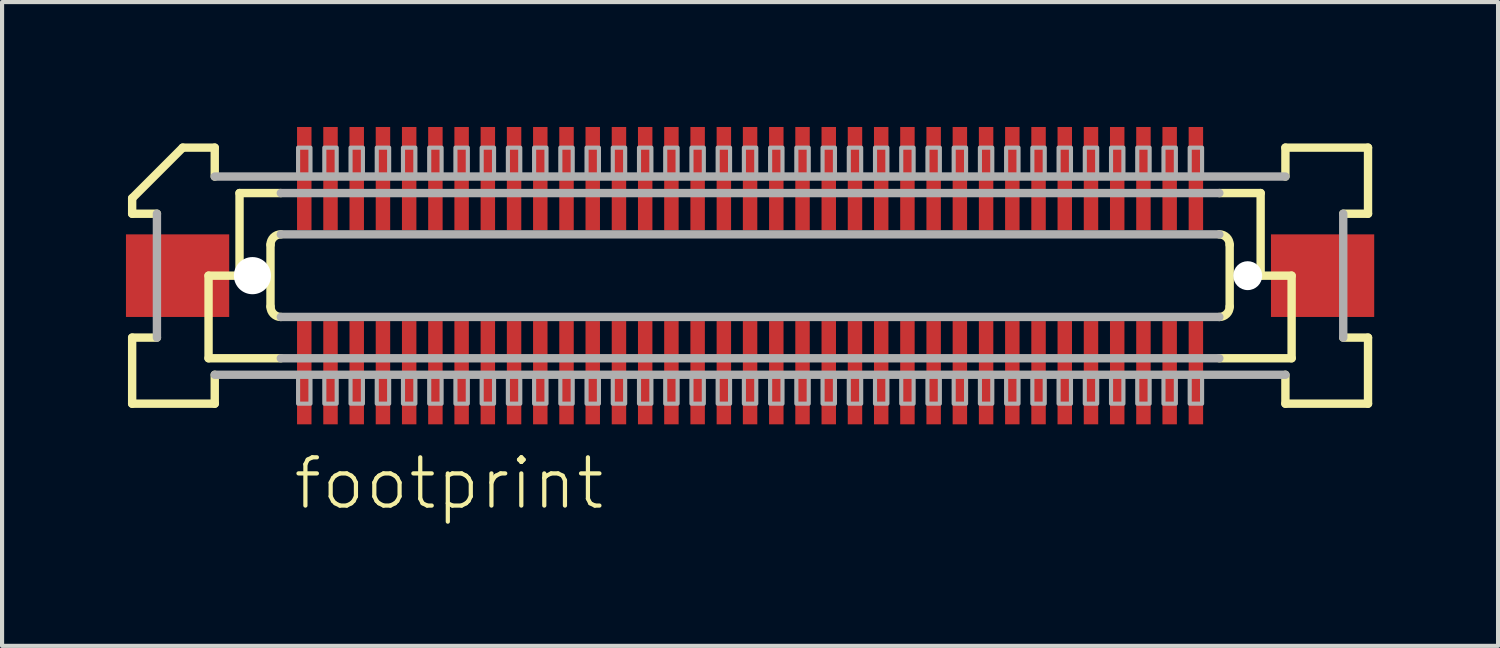
<source format=kicad_pcb>
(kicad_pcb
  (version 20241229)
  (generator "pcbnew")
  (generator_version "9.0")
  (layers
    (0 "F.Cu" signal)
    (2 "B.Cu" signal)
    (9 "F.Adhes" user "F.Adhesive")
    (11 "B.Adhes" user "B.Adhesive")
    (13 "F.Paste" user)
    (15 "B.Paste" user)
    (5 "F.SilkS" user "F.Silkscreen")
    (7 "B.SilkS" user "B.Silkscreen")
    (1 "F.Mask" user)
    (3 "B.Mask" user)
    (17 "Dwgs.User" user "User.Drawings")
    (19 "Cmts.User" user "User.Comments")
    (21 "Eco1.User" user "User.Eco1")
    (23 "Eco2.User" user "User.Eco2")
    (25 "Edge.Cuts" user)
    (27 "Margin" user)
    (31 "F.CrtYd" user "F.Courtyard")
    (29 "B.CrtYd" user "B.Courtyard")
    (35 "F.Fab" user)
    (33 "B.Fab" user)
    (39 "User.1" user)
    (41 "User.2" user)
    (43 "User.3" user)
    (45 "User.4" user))
  (footprint "footprint"
    (layer "F.Cu")
    (at 15.113 3.625)
    (property "Reference" "footprint" (at -11.113 5.715 0) (layer "F.SilkS") (effects (font (size 1.168 1.168) (thickness 0.102)) (justify left bottom)))
    (fp_poly (pts (xy -10.995 -1.075) (xy -10.595 -1.075) (xy -10.595 -3.625) (xy -10.995 -3.625)) (stroke (width 0) (type solid)) (fill yes) (layer "F.Mask"))
    (fp_poly (pts (xy -10.595 1.075) (xy -10.995 1.075) (xy -10.995 3.625) (xy -10.595 3.625)) (stroke (width 0) (type solid)) (fill yes) (layer "F.Mask"))
    (fp_poly (pts (xy -10.36 -1.075) (xy -9.96 -1.075) (xy -9.96 -3.625) (xy -10.36 -3.625)) (stroke (width 0) (type solid)) (fill yes) (layer "F.Mask"))
    (fp_poly (pts (xy -9.96 1.075) (xy -10.36 1.075) (xy -10.36 3.625) (xy -9.96 3.625)) (stroke (width 0) (type solid)) (fill yes) (layer "F.Mask"))
    (fp_poly (pts (xy -9.725 -1.075) (xy -9.325 -1.075) (xy -9.325 -3.625) (xy -9.725 -3.625)) (stroke (width 0) (type solid)) (fill yes) (layer "F.Mask"))
    (fp_poly (pts (xy -9.325 1.075) (xy -9.725 1.075) (xy -9.725 3.625) (xy -9.325 3.625)) (stroke (width 0) (type solid)) (fill yes) (layer "F.Mask"))
    (fp_poly (pts (xy -9.09 -1.075) (xy -8.69 -1.075) (xy -8.69 -3.625) (xy -9.09 -3.625)) (stroke (width 0) (type solid)) (fill yes) (layer "F.Mask"))
    (fp_poly (pts (xy -8.69 1.075) (xy -9.09 1.075) (xy -9.09 3.625) (xy -8.69 3.625)) (stroke (width 0) (type solid)) (fill yes) (layer "F.Mask"))
    (fp_poly (pts (xy -8.455 -1.075) (xy -8.055 -1.075) (xy -8.055 -3.625) (xy -8.455 -3.625)) (stroke (width 0) (type solid)) (fill yes) (layer "F.Mask"))
    (fp_poly (pts (xy -8.055 1.075) (xy -8.455 1.075) (xy -8.455 3.625) (xy -8.055 3.625)) (stroke (width 0) (type solid)) (fill yes) (layer "F.Mask"))
    (fp_poly (pts (xy -7.82 -1.075) (xy -7.42 -1.075) (xy -7.42 -3.625) (xy -7.82 -3.625)) (stroke (width 0) (type solid)) (fill yes) (layer "F.Mask"))
    (fp_poly (pts (xy -7.42 1.075) (xy -7.82 1.075) (xy -7.82 3.625) (xy -7.42 3.625)) (stroke (width 0) (type solid)) (fill yes) (layer "F.Mask"))
    (fp_poly (pts (xy -7.185 -1.075) (xy -6.785 -1.075) (xy -6.785 -3.625) (xy -7.185 -3.625)) (stroke (width 0) (type solid)) (fill yes) (layer "F.Mask"))
    (fp_poly (pts (xy -6.785 1.075) (xy -7.185 1.075) (xy -7.185 3.625) (xy -6.785 3.625)) (stroke (width 0) (type solid)) (fill yes) (layer "F.Mask"))
    (fp_poly (pts (xy -6.55 -1.075) (xy -6.15 -1.075) (xy -6.15 -3.625) (xy -6.55 -3.625)) (stroke (width 0) (type solid)) (fill yes) (layer "F.Mask"))
    (fp_poly (pts (xy -6.15 1.075) (xy -6.55 1.075) (xy -6.55 3.625) (xy -6.15 3.625)) (stroke (width 0) (type solid)) (fill yes) (layer "F.Mask"))
    (fp_poly (pts (xy -5.915 -1.075) (xy -5.515 -1.075) (xy -5.515 -3.625) (xy -5.915 -3.625)) (stroke (width 0) (type solid)) (fill yes) (layer "F.Mask"))
    (fp_poly (pts (xy -5.515 1.075) (xy -5.915 1.075) (xy -5.915 3.625) (xy -5.515 3.625)) (stroke (width 0) (type solid)) (fill yes) (layer "F.Mask"))
    (fp_poly (pts (xy -5.28 -1.075) (xy -4.88 -1.075) (xy -4.88 -3.625) (xy -5.28 -3.625)) (stroke (width 0) (type solid)) (fill yes) (layer "F.Mask"))
    (fp_poly (pts (xy -4.88 1.075) (xy -5.28 1.075) (xy -5.28 3.625) (xy -4.88 3.625)) (stroke (width 0) (type solid)) (fill yes) (layer "F.Mask"))
    (fp_poly (pts (xy -4.645 -1.075) (xy -4.245 -1.075) (xy -4.245 -3.625) (xy -4.645 -3.625)) (stroke (width 0) (type solid)) (fill yes) (layer "F.Mask"))
    (fp_poly (pts (xy -4.245 1.075) (xy -4.645 1.075) (xy -4.645 3.625) (xy -4.245 3.625)) (stroke (width 0) (type solid)) (fill yes) (layer "F.Mask"))
    (fp_poly (pts (xy -4.01 -1.075) (xy -3.61 -1.075) (xy -3.61 -3.625) (xy -4.01 -3.625)) (stroke (width 0) (type solid)) (fill yes) (layer "F.Mask"))
    (fp_poly (pts (xy -3.61 1.075) (xy -4.01 1.075) (xy -4.01 3.625) (xy -3.61 3.625)) (stroke (width 0) (type solid)) (fill yes) (layer "F.Mask"))
    (fp_poly (pts (xy -3.375 -1.075) (xy -2.975 -1.075) (xy -2.975 -3.625) (xy -3.375 -3.625)) (stroke (width 0) (type solid)) (fill yes) (layer "F.Mask"))
    (fp_poly (pts (xy -2.975 1.075) (xy -3.375 1.075) (xy -3.375 3.625) (xy -2.975 3.625)) (stroke (width 0) (type solid)) (fill yes) (layer "F.Mask"))
    (fp_poly (pts (xy -2.74 -1.075) (xy -2.34 -1.075) (xy -2.34 -3.625) (xy -2.74 -3.625)) (stroke (width 0) (type solid)) (fill yes) (layer "F.Mask"))
    (fp_poly (pts (xy -2.34 1.075) (xy -2.74 1.075) (xy -2.74 3.625) (xy -2.34 3.625)) (stroke (width 0) (type solid)) (fill yes) (layer "F.Mask"))
    (fp_poly (pts (xy -2.105 -1.075) (xy -1.705 -1.075) (xy -1.705 -3.625) (xy -2.105 -3.625)) (stroke (width 0) (type solid)) (fill yes) (layer "F.Mask"))
    (fp_poly (pts (xy -1.705 1.075) (xy -2.105 1.075) (xy -2.105 3.625) (xy -1.705 3.625)) (stroke (width 0) (type solid)) (fill yes) (layer "F.Mask"))
    (fp_poly (pts (xy -1.47 -1.075) (xy -1.07 -1.075) (xy -1.07 -3.625) (xy -1.47 -3.625)) (stroke (width 0) (type solid)) (fill yes) (layer "F.Mask"))
    (fp_poly (pts (xy -1.07 1.075) (xy -1.47 1.075) (xy -1.47 3.625) (xy -1.07 3.625)) (stroke (width 0) (type solid)) (fill yes) (layer "F.Mask"))
    (fp_poly (pts (xy -0.835 -1.075) (xy -0.435 -1.075) (xy -0.435 -3.625) (xy -0.835 -3.625)) (stroke (width 0) (type solid)) (fill yes) (layer "F.Mask"))
    (fp_poly (pts (xy -0.435 1.075) (xy -0.835 1.075) (xy -0.835 3.625) (xy -0.435 3.625)) (stroke (width 0) (type solid)) (fill yes) (layer "F.Mask"))
    (fp_poly (pts (xy -0.2 -1.075) (xy 0.2 -1.075) (xy 0.2 -3.625) (xy -0.2 -3.625)) (stroke (width 0) (type solid)) (fill yes) (layer "F.Mask"))
    (fp_poly (pts (xy 0.2 1.075) (xy -0.2 1.075) (xy -0.2 3.625) (xy 0.2 3.625)) (stroke (width 0) (type solid)) (fill yes) (layer "F.Mask"))
    (fp_poly (pts (xy 0.435 -1.075) (xy 0.835 -1.075) (xy 0.835 -3.625) (xy 0.435 -3.625)) (stroke (width 0) (type solid)) (fill yes) (layer "F.Mask"))
    (fp_poly (pts (xy 0.835 1.075) (xy 0.435 1.075) (xy 0.435 3.625) (xy 0.835 3.625)) (stroke (width 0) (type solid)) (fill yes) (layer "F.Mask"))
    (fp_poly (pts (xy 1.07 -1.075) (xy 1.47 -1.075) (xy 1.47 -3.625) (xy 1.07 -3.625)) (stroke (width 0) (type solid)) (fill yes) (layer "F.Mask"))
    (fp_poly (pts (xy 1.47 1.075) (xy 1.07 1.075) (xy 1.07 3.625) (xy 1.47 3.625)) (stroke (width 0) (type solid)) (fill yes) (layer "F.Mask"))
    (fp_poly (pts (xy 1.705 -1.075) (xy 2.105 -1.075) (xy 2.105 -3.625) (xy 1.705 -3.625)) (stroke (width 0) (type solid)) (fill yes) (layer "F.Mask"))
    (fp_poly (pts (xy 2.105 1.075) (xy 1.705 1.075) (xy 1.705 3.625) (xy 2.105 3.625)) (stroke (width 0) (type solid)) (fill yes) (layer "F.Mask"))
    (fp_poly (pts (xy 2.34 -1.075) (xy 2.74 -1.075) (xy 2.74 -3.625) (xy 2.34 -3.625)) (stroke (width 0) (type solid)) (fill yes) (layer "F.Mask"))
    (fp_poly (pts (xy 2.74 1.075) (xy 2.34 1.075) (xy 2.34 3.625) (xy 2.74 3.625)) (stroke (width 0) (type solid)) (fill yes) (layer "F.Mask"))
    (fp_poly (pts (xy 2.975 -1.075) (xy 3.375 -1.075) (xy 3.375 -3.625) (xy 2.975 -3.625)) (stroke (width 0) (type solid)) (fill yes) (layer "F.Mask"))
    (fp_poly (pts (xy 3.375 1.075) (xy 2.975 1.075) (xy 2.975 3.625) (xy 3.375 3.625)) (stroke (width 0) (type solid)) (fill yes) (layer "F.Mask"))
    (fp_poly (pts (xy 3.61 -1.075) (xy 4.01 -1.075) (xy 4.01 -3.625) (xy 3.61 -3.625)) (stroke (width 0) (type solid)) (fill yes) (layer "F.Mask"))
    (fp_poly (pts (xy 4.01 1.075) (xy 3.61 1.075) (xy 3.61 3.625) (xy 4.01 3.625)) (stroke (width 0) (type solid)) (fill yes) (layer "F.Mask"))
    (fp_poly (pts (xy 4.245 -1.075) (xy 4.645 -1.075) (xy 4.645 -3.625) (xy 4.245 -3.625)) (stroke (width 0) (type solid)) (fill yes) (layer "F.Mask"))
    (fp_poly (pts (xy 4.645 1.075) (xy 4.245 1.075) (xy 4.245 3.625) (xy 4.645 3.625)) (stroke (width 0) (type solid)) (fill yes) (layer "F.Mask"))
    (fp_poly (pts (xy 4.88 -1.075) (xy 5.28 -1.075) (xy 5.28 -3.625) (xy 4.88 -3.625)) (stroke (width 0) (type solid)) (fill yes) (layer "F.Mask"))
    (fp_poly (pts (xy 5.28 1.075) (xy 4.88 1.075) (xy 4.88 3.625) (xy 5.28 3.625)) (stroke (width 0) (type solid)) (fill yes) (layer "F.Mask"))
    (fp_poly (pts (xy 5.515 -1.075) (xy 5.915 -1.075) (xy 5.915 -3.625) (xy 5.515 -3.625)) (stroke (width 0) (type solid)) (fill yes) (layer "F.Mask"))
    (fp_poly (pts (xy 5.915 1.075) (xy 5.515 1.075) (xy 5.515 3.625) (xy 5.915 3.625)) (stroke (width 0) (type solid)) (fill yes) (layer "F.Mask"))
    (fp_poly (pts (xy 6.15 -1.075) (xy 6.55 -1.075) (xy 6.55 -3.625) (xy 6.15 -3.625)) (stroke (width 0) (type solid)) (fill yes) (layer "F.Mask"))
    (fp_poly (pts (xy 6.55 1.075) (xy 6.15 1.075) (xy 6.15 3.625) (xy 6.55 3.625)) (stroke (width 0) (type solid)) (fill yes) (layer "F.Mask"))
    (fp_poly (pts (xy 6.785 -1.075) (xy 7.185 -1.075) (xy 7.185 -3.625) (xy 6.785 -3.625)) (stroke (width 0) (type solid)) (fill yes) (layer "F.Mask"))
    (fp_poly (pts (xy 7.185 1.075) (xy 6.785 1.075) (xy 6.785 3.625) (xy 7.185 3.625)) (stroke (width 0) (type solid)) (fill yes) (layer "F.Mask"))
    (fp_poly (pts (xy 7.42 -1.075) (xy 7.82 -1.075) (xy 7.82 -3.625) (xy 7.42 -3.625)) (stroke (width 0) (type solid)) (fill yes) (layer "F.Mask"))
    (fp_poly (pts (xy 7.82 1.075) (xy 7.42 1.075) (xy 7.42 3.625) (xy 7.82 3.625)) (stroke (width 0) (type solid)) (fill yes) (layer "F.Mask"))
    (fp_poly (pts (xy 8.055 -1.075) (xy 8.455 -1.075) (xy 8.455 -3.625) (xy 8.055 -3.625)) (stroke (width 0) (type solid)) (fill yes) (layer "F.Mask"))
    (fp_poly (pts (xy 8.455 1.075) (xy 8.055 1.075) (xy 8.055 3.625) (xy 8.455 3.625)) (stroke (width 0) (type solid)) (fill yes) (layer "F.Mask"))
    (fp_poly (pts (xy 8.69 -1.075) (xy 9.09 -1.075) (xy 9.09 -3.625) (xy 8.69 -3.625)) (stroke (width 0) (type solid)) (fill yes) (layer "F.Mask"))
    (fp_poly (pts (xy 9.09 1.075) (xy 8.69 1.075) (xy 8.69 3.625) (xy 9.09 3.625)) (stroke (width 0) (type solid)) (fill yes) (layer "F.Mask"))
    (fp_poly (pts (xy 9.325 -1.075) (xy 9.725 -1.075) (xy 9.725 -3.625) (xy 9.325 -3.625)) (stroke (width 0) (type solid)) (fill yes) (layer "F.Mask"))
    (fp_poly (pts (xy 9.725 1.075) (xy 9.325 1.075) (xy 9.325 3.625) (xy 9.725 3.625)) (stroke (width 0) (type solid)) (fill yes) (layer "F.Mask"))
    (fp_poly (pts (xy 9.96 -1.075) (xy 10.36 -1.075) (xy 10.36 -3.625) (xy 9.96 -3.625)) (stroke (width 0) (type solid)) (fill yes) (layer "F.Mask"))
    (fp_poly (pts (xy 10.36 1.075) (xy 9.96 1.075) (xy 9.96 3.625) (xy 10.36 3.625)) (stroke (width 0) (type solid)) (fill yes) (layer "F.Mask"))
    (fp_poly (pts (xy 10.595 -1.075) (xy 10.995 -1.075) (xy 10.995 -3.625) (xy 10.595 -3.625)) (stroke (width 0) (type solid)) (fill yes) (layer "F.Mask"))
    (fp_poly (pts (xy 10.995 1.075) (xy 10.595 1.075) (xy 10.595 3.625) (xy 10.995 3.625)) (stroke (width 0) (type solid)) (fill yes) (layer "F.Mask"))
    (fp_line (start -14.963 -1.5) (end -14.963 -1.875) (stroke (width 0.203) (type solid)) (layer "F.SilkS"))
    (fp_line (start -14.963 1.5) (end -14.363 1.5) (stroke (width 0.203) (type solid)) (layer "F.SilkS"))
    (fp_line (start -14.963 3.1) (end -14.963 1.5) (stroke (width 0.203) (type solid)) (layer "F.SilkS"))
    (fp_line (start -14.363 -1.5) (end -14.963 -1.5) (stroke (width 0.203) (type solid)) (layer "F.SilkS"))
    (fp_line (start -13.738 -3.1) (end -14.963 -1.875) (stroke (width 0.203) (type solid)) (layer "F.SilkS"))
    (fp_line (start -13.738 -3.1) (end -12.963 -3.1) (stroke (width 0.203) (type solid)) (layer "F.SilkS"))
    (fp_line (start -13.113 0) (end -13.113 2) (stroke (width 0.203) (type solid)) (layer "F.SilkS"))
    (fp_line (start -13.113 2) (end -11.363 2) (stroke (width 0.203) (type solid)) (layer "F.SilkS"))
    (fp_line (start -12.963 -3.1) (end -12.963 -2.4) (stroke (width 0.203) (type solid)) (layer "F.SilkS"))
    (fp_line (start -12.963 2.4) (end -12.963 3.1) (stroke (width 0.203) (type solid)) (layer "F.SilkS"))
    (fp_line (start -12.963 3.1) (end -14.963 3.1) (stroke (width 0.203) (type solid)) (layer "F.SilkS"))
    (fp_line (start -12.363 -2) (end -12.363 0) (stroke (width 0.203) (type solid)) (layer "F.SilkS"))
    (fp_line (start -12.363 0) (end -13.113 0) (stroke (width 0.203) (type solid)) (layer "F.SilkS"))
    (fp_line (start -11.613 0.75) (end -11.613 -0.75) (stroke (width 0.203) (type solid)) (layer "F.SilkS"))
    (fp_line (start -11.363 -2) (end -12.363 -2) (stroke (width 0.203) (type solid)) (layer "F.SilkS"))
    (fp_line (start 11.363 2) (end 13.113 2) (stroke (width 0.203) (type solid)) (layer "F.SilkS"))
    (fp_line (start 11.613 -0.75) (end 11.613 0.75) (stroke (width 0.203) (type solid)) (layer "F.SilkS"))
    (fp_line (start 12.363 -2) (end 11.363 -2) (stroke (width 0.203) (type solid)) (layer "F.SilkS"))
    (fp_line (start 12.363 -2) (end 12.363 0) (stroke (width 0.203) (type solid)) (layer "F.SilkS"))
    (fp_line (start 12.963 -3.1) (end 14.963 -3.1) (stroke (width 0.203) (type solid)) (layer "F.SilkS"))
    (fp_line (start 12.963 -2.4) (end 12.963 -3.1) (stroke (width 0.203) (type solid)) (layer "F.SilkS"))
    (fp_line (start 12.963 3.1) (end 12.963 2.4) (stroke (width 0.203) (type solid)) (layer "F.SilkS"))
    (fp_line (start 13.113 0) (end 12.363 0) (stroke (width 0.203) (type solid)) (layer "F.SilkS"))
    (fp_line (start 13.113 0) (end 13.113 2) (stroke (width 0.203) (type solid)) (layer "F.SilkS"))
    (fp_line (start 14.363 1.5) (end 14.963 1.5) (stroke (width 0.203) (type solid)) (layer "F.SilkS"))
    (fp_line (start 14.963 -3.1) (end 14.963 -1.5) (stroke (width 0.203) (type solid)) (layer "F.SilkS"))
    (fp_line (start 14.963 -1.5) (end 14.363 -1.5) (stroke (width 0.203) (type solid)) (layer "F.SilkS"))
    (fp_line (start 14.963 1.5) (end 14.963 3.1) (stroke (width 0.203) (type solid)) (layer "F.SilkS"))
    (fp_line (start 14.963 3.1) (end 12.963 3.1) (stroke (width 0.203) (type solid)) (layer "F.SilkS"))
    (fp_arc (start -11.6125 -0.75) (mid -11.539277 -0.926777) (end -11.3625 -1) (stroke (width 0.2032) (type solid)) (layer "F.SilkS"))
    (fp_arc (start -11.3625 1) (mid -11.539277 0.926777) (end -11.6125 0.75) (stroke (width 0.2032) (type solid)) (layer "F.SilkS"))
    (fp_arc (start 11.3625 -1) (mid 11.539277 -0.926777) (end 11.6125 -0.75) (stroke (width 0.2032) (type solid)) (layer "F.SilkS"))
    (fp_arc (start 11.6125 0.75) (mid 11.539277 0.926777) (end 11.3625 1) (stroke (width 0.2032) (type solid)) (layer "F.SilkS"))
    (fp_line (start -14.363 1.5) (end -14.363 -1.5) (stroke (width 0.203) (type solid)) (layer "F.Fab"))
    (fp_line (start -12.963 -2.4) (end 12.963 -2.4) (stroke (width 0.203) (type solid)) (layer "F.Fab"))
    (fp_line (start -11.363 -1) (end 11.363 -1) (stroke (width 0.203) (type solid)) (layer "F.Fab"))
    (fp_line (start -11.363 2) (end 11.363 2) (stroke (width 0.203) (type solid)) (layer "F.Fab"))
    (fp_line (start 11.363 -2) (end -11.363 -2) (stroke (width 0.203) (type solid)) (layer "F.Fab"))
    (fp_line (start 11.363 1) (end -11.363 1) (stroke (width 0.203) (type solid)) (layer "F.Fab"))
    (fp_line (start 12.963 2.4) (end -12.963 2.4) (stroke (width 0.203) (type solid)) (layer "F.Fab"))
    (fp_line (start 14.363 -1.5) (end 14.363 1.5) (stroke (width 0.203) (type solid)) (layer "F.Fab"))
    (fp_poly (pts (xy -10.945 3.1) (xy -10.645 3.1) (xy -10.645 2.375) (xy -10.945 2.375)) (stroke (width 0.1) (type solid)) (fill no) (layer "F.Fab"))
    (fp_poly (pts (xy -10.645 -3.1) (xy -10.945 -3.1) (xy -10.945 -2.375) (xy -10.645 -2.375)) (stroke (width 0.1) (type solid)) (fill no) (layer "F.Fab"))
    (fp_poly (pts (xy -10.31 3.1) (xy -10.01 3.1) (xy -10.01 2.375) (xy -10.31 2.375)) (stroke (width 0.1) (type solid)) (fill no) (layer "F.Fab"))
    (fp_poly (pts (xy -10.01 -3.1) (xy -10.31 -3.1) (xy -10.31 -2.375) (xy -10.01 -2.375)) (stroke (width 0.1) (type solid)) (fill no) (layer "F.Fab"))
    (fp_poly (pts (xy -9.675 3.1) (xy -9.375 3.1) (xy -9.375 2.375) (xy -9.675 2.375)) (stroke (width 0.1) (type solid)) (fill no) (layer "F.Fab"))
    (fp_poly (pts (xy -9.375 -3.1) (xy -9.675 -3.1) (xy -9.675 -2.375) (xy -9.375 -2.375)) (stroke (width 0.1) (type solid)) (fill no) (layer "F.Fab"))
    (fp_poly (pts (xy -9.04 3.1) (xy -8.74 3.1) (xy -8.74 2.375) (xy -9.04 2.375)) (stroke (width 0.1) (type solid)) (fill no) (layer "F.Fab"))
    (fp_poly (pts (xy -8.74 -3.1) (xy -9.04 -3.1) (xy -9.04 -2.375) (xy -8.74 -2.375)) (stroke (width 0.1) (type solid)) (fill no) (layer "F.Fab"))
    (fp_poly (pts (xy -8.405 3.1) (xy -8.105 3.1) (xy -8.105 2.375) (xy -8.405 2.375)) (stroke (width 0.1) (type solid)) (fill no) (layer "F.Fab"))
    (fp_poly (pts (xy -8.105 -3.1) (xy -8.405 -3.1) (xy -8.405 -2.375) (xy -8.105 -2.375)) (stroke (width 0.1) (type solid)) (fill no) (layer "F.Fab"))
    (fp_poly (pts (xy -7.77 3.1) (xy -7.47 3.1) (xy -7.47 2.375) (xy -7.77 2.375)) (stroke (width 0.1) (type solid)) (fill no) (layer "F.Fab"))
    (fp_poly (pts (xy -7.47 -3.1) (xy -7.77 -3.1) (xy -7.77 -2.375) (xy -7.47 -2.375)) (stroke (width 0.1) (type solid)) (fill no) (layer "F.Fab"))
    (fp_poly (pts (xy -7.135 3.1) (xy -6.835 3.1) (xy -6.835 2.375) (xy -7.135 2.375)) (stroke (width 0.1) (type solid)) (fill no) (layer "F.Fab"))
    (fp_poly (pts (xy -6.835 -3.1) (xy -7.135 -3.1) (xy -7.135 -2.375) (xy -6.835 -2.375)) (stroke (width 0.1) (type solid)) (fill no) (layer "F.Fab"))
    (fp_poly (pts (xy -6.5 3.1) (xy -6.2 3.1) (xy -6.2 2.375) (xy -6.5 2.375)) (stroke (width 0.1) (type solid)) (fill no) (layer "F.Fab"))
    (fp_poly (pts (xy -6.2 -3.1) (xy -6.5 -3.1) (xy -6.5 -2.375) (xy -6.2 -2.375)) (stroke (width 0.1) (type solid)) (fill no) (layer "F.Fab"))
    (fp_poly (pts (xy -5.865 3.1) (xy -5.565 3.1) (xy -5.565 2.375) (xy -5.865 2.375)) (stroke (width 0.1) (type solid)) (fill no) (layer "F.Fab"))
    (fp_poly (pts (xy -5.565 -3.1) (xy -5.865 -3.1) (xy -5.865 -2.375) (xy -5.565 -2.375)) (stroke (width 0.1) (type solid)) (fill no) (layer "F.Fab"))
    (fp_poly (pts (xy -5.23 3.1) (xy -4.93 3.1) (xy -4.93 2.375) (xy -5.23 2.375)) (stroke (width 0.1) (type solid)) (fill no) (layer "F.Fab"))
    (fp_poly (pts (xy -4.93 -3.1) (xy -5.23 -3.1) (xy -5.23 -2.375) (xy -4.93 -2.375)) (stroke (width 0.1) (type solid)) (fill no) (layer "F.Fab"))
    (fp_poly (pts (xy -4.595 3.1) (xy -4.295 3.1) (xy -4.295 2.375) (xy -4.595 2.375)) (stroke (width 0.1) (type solid)) (fill no) (layer "F.Fab"))
    (fp_poly (pts (xy -4.295 -3.1) (xy -4.595 -3.1) (xy -4.595 -2.375) (xy -4.295 -2.375)) (stroke (width 0.1) (type solid)) (fill no) (layer "F.Fab"))
    (fp_poly (pts (xy -3.96 3.1) (xy -3.66 3.1) (xy -3.66 2.375) (xy -3.96 2.375)) (stroke (width 0.1) (type solid)) (fill no) (layer "F.Fab"))
    (fp_poly (pts (xy -3.66 -3.1) (xy -3.96 -3.1) (xy -3.96 -2.375) (xy -3.66 -2.375)) (stroke (width 0.1) (type solid)) (fill no) (layer "F.Fab"))
    (fp_poly (pts (xy -3.325 3.1) (xy -3.025 3.1) (xy -3.025 2.375) (xy -3.325 2.375)) (stroke (width 0.1) (type solid)) (fill no) (layer "F.Fab"))
    (fp_poly (pts (xy -3.025 -3.1) (xy -3.325 -3.1) (xy -3.325 -2.375) (xy -3.025 -2.375)) (stroke (width 0.1) (type solid)) (fill no) (layer "F.Fab"))
    (fp_poly (pts (xy -2.69 3.1) (xy -2.39 3.1) (xy -2.39 2.375) (xy -2.69 2.375)) (stroke (width 0.1) (type solid)) (fill no) (layer "F.Fab"))
    (fp_poly (pts (xy -2.39 -3.1) (xy -2.69 -3.1) (xy -2.69 -2.375) (xy -2.39 -2.375)) (stroke (width 0.1) (type solid)) (fill no) (layer "F.Fab"))
    (fp_poly (pts (xy -2.055 3.1) (xy -1.755 3.1) (xy -1.755 2.375) (xy -2.055 2.375)) (stroke (width 0.1) (type solid)) (fill no) (layer "F.Fab"))
    (fp_poly (pts (xy -1.755 -3.1) (xy -2.055 -3.1) (xy -2.055 -2.375) (xy -1.755 -2.375)) (stroke (width 0.1) (type solid)) (fill no) (layer "F.Fab"))
    (fp_poly (pts (xy -1.42 3.1) (xy -1.12 3.1) (xy -1.12 2.375) (xy -1.42 2.375)) (stroke (width 0.1) (type solid)) (fill no) (layer "F.Fab"))
    (fp_poly (pts (xy -1.12 -3.1) (xy -1.42 -3.1) (xy -1.42 -2.375) (xy -1.12 -2.375)) (stroke (width 0.1) (type solid)) (fill no) (layer "F.Fab"))
    (fp_poly (pts (xy -0.785 3.1) (xy -0.485 3.1) (xy -0.485 2.375) (xy -0.785 2.375)) (stroke (width 0.1) (type solid)) (fill no) (layer "F.Fab"))
    (fp_poly (pts (xy -0.485 -3.1) (xy -0.785 -3.1) (xy -0.785 -2.375) (xy -0.485 -2.375)) (stroke (width 0.1) (type solid)) (fill no) (layer "F.Fab"))
    (fp_poly (pts (xy -0.15 3.1) (xy 0.15 3.1) (xy 0.15 2.375) (xy -0.15 2.375)) (stroke (width 0.1) (type solid)) (fill no) (layer "F.Fab"))
    (fp_poly (pts (xy 0.15 -3.1) (xy -0.15 -3.1) (xy -0.15 -2.375) (xy 0.15 -2.375)) (stroke (width 0.1) (type solid)) (fill no) (layer "F.Fab"))
    (fp_poly (pts (xy 0.485 3.1) (xy 0.785 3.1) (xy 0.785 2.375) (xy 0.485 2.375)) (stroke (width 0.1) (type solid)) (fill no) (layer "F.Fab"))
    (fp_poly (pts (xy 0.785 -3.1) (xy 0.485 -3.1) (xy 0.485 -2.375) (xy 0.785 -2.375)) (stroke (width 0.1) (type solid)) (fill no) (layer "F.Fab"))
    (fp_poly (pts (xy 1.12 3.1) (xy 1.42 3.1) (xy 1.42 2.375) (xy 1.12 2.375)) (stroke (width 0.1) (type solid)) (fill no) (layer "F.Fab"))
    (fp_poly (pts (xy 1.42 -3.1) (xy 1.12 -3.1) (xy 1.12 -2.375) (xy 1.42 -2.375)) (stroke (width 0.1) (type solid)) (fill no) (layer "F.Fab"))
    (fp_poly (pts (xy 1.755 3.1) (xy 2.055 3.1) (xy 2.055 2.375) (xy 1.755 2.375)) (stroke (width 0.1) (type solid)) (fill no) (layer "F.Fab"))
    (fp_poly (pts (xy 2.055 -3.1) (xy 1.755 -3.1) (xy 1.755 -2.375) (xy 2.055 -2.375)) (stroke (width 0.1) (type solid)) (fill no) (layer "F.Fab"))
    (fp_poly (pts (xy 2.39 3.1) (xy 2.69 3.1) (xy 2.69 2.375) (xy 2.39 2.375)) (stroke (width 0.1) (type solid)) (fill no) (layer "F.Fab"))
    (fp_poly (pts (xy 2.69 -3.1) (xy 2.39 -3.1) (xy 2.39 -2.375) (xy 2.69 -2.375)) (stroke (width 0.1) (type solid)) (fill no) (layer "F.Fab"))
    (fp_poly (pts (xy 3.025 3.1) (xy 3.325 3.1) (xy 3.325 2.375) (xy 3.025 2.375)) (stroke (width 0.1) (type solid)) (fill no) (layer "F.Fab"))
    (fp_poly (pts (xy 3.325 -3.1) (xy 3.025 -3.1) (xy 3.025 -2.375) (xy 3.325 -2.375)) (stroke (width 0.1) (type solid)) (fill no) (layer "F.Fab"))
    (fp_poly (pts (xy 3.66 3.1) (xy 3.96 3.1) (xy 3.96 2.375) (xy 3.66 2.375)) (stroke (width 0.1) (type solid)) (fill no) (layer "F.Fab"))
    (fp_poly (pts (xy 3.96 -3.1) (xy 3.66 -3.1) (xy 3.66 -2.375) (xy 3.96 -2.375)) (stroke (width 0.1) (type solid)) (fill no) (layer "F.Fab"))
    (fp_poly (pts (xy 4.295 3.1) (xy 4.595 3.1) (xy 4.595 2.375) (xy 4.295 2.375)) (stroke (width 0.1) (type solid)) (fill no) (layer "F.Fab"))
    (fp_poly (pts (xy 4.595 -3.1) (xy 4.295 -3.1) (xy 4.295 -2.375) (xy 4.595 -2.375)) (stroke (width 0.1) (type solid)) (fill no) (layer "F.Fab"))
    (fp_poly (pts (xy 4.93 3.1) (xy 5.23 3.1) (xy 5.23 2.375) (xy 4.93 2.375)) (stroke (width 0.1) (type solid)) (fill no) (layer "F.Fab"))
    (fp_poly (pts (xy 5.23 -3.1) (xy 4.93 -3.1) (xy 4.93 -2.375) (xy 5.23 -2.375)) (stroke (width 0.1) (type solid)) (fill no) (layer "F.Fab"))
    (fp_poly (pts (xy 5.565 3.1) (xy 5.865 3.1) (xy 5.865 2.375) (xy 5.565 2.375)) (stroke (width 0.1) (type solid)) (fill no) (layer "F.Fab"))
    (fp_poly (pts (xy 5.865 -3.1) (xy 5.565 -3.1) (xy 5.565 -2.375) (xy 5.865 -2.375)) (stroke (width 0.1) (type solid)) (fill no) (layer "F.Fab"))
    (fp_poly (pts (xy 6.2 3.1) (xy 6.5 3.1) (xy 6.5 2.375) (xy 6.2 2.375)) (stroke (width 0.1) (type solid)) (fill no) (layer "F.Fab"))
    (fp_poly (pts (xy 6.5 -3.1) (xy 6.2 -3.1) (xy 6.2 -2.375) (xy 6.5 -2.375)) (stroke (width 0.1) (type solid)) (fill no) (layer "F.Fab"))
    (fp_poly (pts (xy 6.835 3.1) (xy 7.135 3.1) (xy 7.135 2.375) (xy 6.835 2.375)) (stroke (width 0.1) (type solid)) (fill no) (layer "F.Fab"))
    (fp_poly (pts (xy 7.135 -3.1) (xy 6.835 -3.1) (xy 6.835 -2.375) (xy 7.135 -2.375)) (stroke (width 0.1) (type solid)) (fill no) (layer "F.Fab"))
    (fp_poly (pts (xy 7.47 3.1) (xy 7.77 3.1) (xy 7.77 2.375) (xy 7.47 2.375)) (stroke (width 0.1) (type solid)) (fill no) (layer "F.Fab"))
    (fp_poly (pts (xy 7.77 -3.1) (xy 7.47 -3.1) (xy 7.47 -2.375) (xy 7.77 -2.375)) (stroke (width 0.1) (type solid)) (fill no) (layer "F.Fab"))
    (fp_poly (pts (xy 8.105 3.1) (xy 8.405 3.1) (xy 8.405 2.375) (xy 8.105 2.375)) (stroke (width 0.1) (type solid)) (fill no) (layer "F.Fab"))
    (fp_poly (pts (xy 8.405 -3.1) (xy 8.105 -3.1) (xy 8.105 -2.375) (xy 8.405 -2.375)) (stroke (width 0.1) (type solid)) (fill no) (layer "F.Fab"))
    (fp_poly (pts (xy 8.74 3.1) (xy 9.04 3.1) (xy 9.04 2.375) (xy 8.74 2.375)) (stroke (width 0.1) (type solid)) (fill no) (layer "F.Fab"))
    (fp_poly (pts (xy 9.04 -3.1) (xy 8.74 -3.1) (xy 8.74 -2.375) (xy 9.04 -2.375)) (stroke (width 0.1) (type solid)) (fill no) (layer "F.Fab"))
    (fp_poly (pts (xy 9.375 3.1) (xy 9.675 3.1) (xy 9.675 2.375) (xy 9.375 2.375)) (stroke (width 0.1) (type solid)) (fill no) (layer "F.Fab"))
    (fp_poly (pts (xy 9.675 -3.1) (xy 9.375 -3.1) (xy 9.375 -2.375) (xy 9.675 -2.375)) (stroke (width 0.1) (type solid)) (fill no) (layer "F.Fab"))
    (fp_poly (pts (xy 10.01 3.1) (xy 10.31 3.1) (xy 10.31 2.375) (xy 10.01 2.375)) (stroke (width 0.1) (type solid)) (fill no) (layer "F.Fab"))
    (fp_poly (pts (xy 10.31 -3.1) (xy 10.01 -3.1) (xy 10.01 -2.375) (xy 10.31 -2.375)) (stroke (width 0.1) (type solid)) (fill no) (layer "F.Fab"))
    (fp_poly (pts (xy 10.645 3.1) (xy 10.945 3.1) (xy 10.945 2.375) (xy 10.645 2.375)) (stroke (width 0.1) (type solid)) (fill no) (layer "F.Fab"))
    (fp_poly (pts (xy 10.945 -3.1) (xy 10.645 -3.1) (xy 10.645 -2.375) (xy 10.945 -2.375)) (stroke (width 0.1) (type solid)) (fill no) (layer "F.Fab"))
    (pad "" np_thru_hole circle (at -12.05 0) (size 0.9 0.9) (drill 0.9) (layers "*.Cu" "*.Mask"))
    (pad "" np_thru_hole circle (at 12.05 0) (size 0.7 0.7) (drill 0.7) (layers "*.Cu" "*.Mask"))
    (pad "1" smd rect (at -10.795 -2.35) (size 0.35 2.5) (layers "F.Cu" "F.Paste"))
    (pad "2" smd rect (at -10.795 2.35 180) (size 0.35 2.5) (layers "F.Cu" "F.Paste"))
    (pad "3" smd rect (at -10.16 -2.35) (size 0.35 2.5) (layers "F.Cu" "F.Paste"))
    (pad "4" smd rect (at -10.16 2.35 180) (size 0.35 2.5) (layers "F.Cu" "F.Paste"))
    (pad "5" smd rect (at -9.525 -2.35) (size 0.35 2.5) (layers "F.Cu" "F.Paste"))
    (pad "6" smd rect (at -9.525 2.35 180) (size 0.35 2.5) (layers "F.Cu" "F.Paste"))
    (pad "7" smd rect (at -8.89 -2.35) (size 0.35 2.5) (layers "F.Cu" "F.Paste"))
    (pad "8" smd rect (at -8.89 2.35 180) (size 0.35 2.5) (layers "F.Cu" "F.Paste"))
    (pad "9" smd rect (at -8.255 -2.35) (size 0.35 2.5) (layers "F.Cu" "F.Paste"))
    (pad "10" smd rect (at -8.255 2.35 180) (size 0.35 2.5) (layers "F.Cu" "F.Paste"))
    (pad "11" smd rect (at -7.62 -2.35) (size 0.35 2.5) (layers "F.Cu" "F.Paste"))
    (pad "12" smd rect (at -7.62 2.35 180) (size 0.35 2.5) (layers "F.Cu" "F.Paste"))
    (pad "13" smd rect (at -6.985 -2.35) (size 0.35 2.5) (layers "F.Cu" "F.Paste"))
    (pad "14" smd rect (at -6.985 2.35 180) (size 0.35 2.5) (layers "F.Cu" "F.Paste"))
    (pad "15" smd rect (at -6.35 -2.35) (size 0.35 2.5) (layers "F.Cu" "F.Paste"))
    (pad "16" smd rect (at -6.35 2.35 180) (size 0.35 2.5) (layers "F.Cu" "F.Paste"))
    (pad "17" smd rect (at -5.715 -2.35) (size 0.35 2.5) (layers "F.Cu" "F.Paste"))
    (pad "18" smd rect (at -5.715 2.35 180) (size 0.35 2.5) (layers "F.Cu" "F.Paste"))
    (pad "19" smd rect (at -5.08 -2.35) (size 0.35 2.5) (layers "F.Cu" "F.Paste"))
    (pad "20" smd rect (at -5.08 2.35 180) (size 0.35 2.5) (layers "F.Cu" "F.Paste"))
    (pad "21" smd rect (at -4.445 -2.35) (size 0.35 2.5) (layers "F.Cu" "F.Paste"))
    (pad "22" smd rect (at -4.445 2.35 180) (size 0.35 2.5) (layers "F.Cu" "F.Paste"))
    (pad "23" smd rect (at -3.81 -2.35) (size 0.35 2.5) (layers "F.Cu" "F.Paste"))
    (pad "24" smd rect (at -3.81 2.35 180) (size 0.35 2.5) (layers "F.Cu" "F.Paste"))
    (pad "25" smd rect (at -3.175 -2.35) (size 0.35 2.5) (layers "F.Cu" "F.Paste"))
    (pad "26" smd rect (at -3.175 2.35 180) (size 0.35 2.5) (layers "F.Cu" "F.Paste"))
    (pad "27" smd rect (at -2.54 -2.35) (size 0.35 2.5) (layers "F.Cu" "F.Paste"))
    (pad "28" smd rect (at -2.54 2.35 180) (size 0.35 2.5) (layers "F.Cu" "F.Paste"))
    (pad "29" smd rect (at -1.905 -2.35) (size 0.35 2.5) (layers "F.Cu" "F.Paste"))
    (pad "30" smd rect (at -1.905 2.35 180) (size 0.35 2.5) (layers "F.Cu" "F.Paste"))
    (pad "31" smd rect (at -1.27 -2.35) (size 0.35 2.5) (layers "F.Cu" "F.Paste"))
    (pad "32" smd rect (at -1.27 2.35 180) (size 0.35 2.5) (layers "F.Cu" "F.Paste"))
    (pad "33" smd rect (at -0.635 -2.35) (size 0.35 2.5) (layers "F.Cu" "F.Paste"))
    (pad "34" smd rect (at -0.635 2.35 180) (size 0.35 2.5) (layers "F.Cu" "F.Paste"))
    (pad "35" smd rect (at 0 -2.35) (size 0.35 2.5) (layers "F.Cu" "F.Paste"))
    (pad "36" smd rect (at 0 2.35 180) (size 0.35 2.5) (layers "F.Cu" "F.Paste"))
    (pad "37" smd rect (at 0.635 -2.35) (size 0.35 2.5) (layers "F.Cu" "F.Paste"))
    (pad "38" smd rect (at 0.635 2.35 180) (size 0.35 2.5) (layers "F.Cu" "F.Paste"))
    (pad "39" smd rect (at 1.27 -2.35) (size 0.35 2.5) (layers "F.Cu" "F.Paste"))
    (pad "40" smd rect (at 1.27 2.35 180) (size 0.35 2.5) (layers "F.Cu" "F.Paste"))
    (pad "41" smd rect (at 1.905 -2.35) (size 0.35 2.5) (layers "F.Cu" "F.Paste"))
    (pad "42" smd rect (at 1.905 2.35 180) (size 0.35 2.5) (layers "F.Cu" "F.Paste"))
    (pad "43" smd rect (at 2.54 -2.35) (size 0.35 2.5) (layers "F.Cu" "F.Paste"))
    (pad "44" smd rect (at 2.54 2.35 180) (size 0.35 2.5) (layers "F.Cu" "F.Paste"))
    (pad "45" smd rect (at 3.175 -2.35) (size 0.35 2.5) (layers "F.Cu" "F.Paste"))
    (pad "46" smd rect (at 3.175 2.35 180) (size 0.35 2.5) (layers "F.Cu" "F.Paste"))
    (pad "47" smd rect (at 3.81 -2.35) (size 0.35 2.5) (layers "F.Cu" "F.Paste"))
    (pad "48" smd rect (at 3.81 2.35 180) (size 0.35 2.5) (layers "F.Cu" "F.Paste"))
    (pad "49" smd rect (at 4.445 -2.35) (size 0.35 2.5) (layers "F.Cu" "F.Paste"))
    (pad "50" smd rect (at 4.445 2.35 180) (size 0.35 2.5) (layers "F.Cu" "F.Paste"))
    (pad "51" smd rect (at 5.08 -2.35) (size 0.35 2.5) (layers "F.Cu" "F.Paste"))
    (pad "52" smd rect (at 5.08 2.35 180) (size 0.35 2.5) (layers "F.Cu" "F.Paste"))
    (pad "53" smd rect (at 5.715 -2.35) (size 0.35 2.5) (layers "F.Cu" "F.Paste"))
    (pad "54" smd rect (at 5.715 2.35 180) (size 0.35 2.5) (layers "F.Cu" "F.Paste"))
    (pad "55" smd rect (at 6.35 -2.35) (size 0.35 2.5) (layers "F.Cu" "F.Paste"))
    (pad "56" smd rect (at 6.35 2.35 180) (size 0.35 2.5) (layers "F.Cu" "F.Paste"))
    (pad "57" smd rect (at 6.985 -2.35) (size 0.35 2.5) (layers "F.Cu" "F.Paste"))
    (pad "58" smd rect (at 6.985 2.35 180) (size 0.35 2.5) (layers "F.Cu" "F.Paste"))
    (pad "59" smd rect (at 7.62 -2.35) (size 0.35 2.5) (layers "F.Cu" "F.Paste"))
    (pad "60" smd rect (at 7.62 2.35 180) (size 0.35 2.5) (layers "F.Cu" "F.Paste"))
    (pad "61" smd rect (at 8.255 -2.35) (size 0.35 2.5) (layers "F.Cu" "F.Paste"))
    (pad "62" smd rect (at 8.255 2.35 180) (size 0.35 2.5) (layers "F.Cu" "F.Paste"))
    (pad "63" smd rect (at 8.89 -2.35) (size 0.35 2.5) (layers "F.Cu" "F.Paste"))
    (pad "64" smd rect (at 8.89 2.35 180) (size 0.35 2.5) (layers "F.Cu" "F.Paste"))
    (pad "65" smd rect (at 9.525 -2.35) (size 0.35 2.5) (layers "F.Cu" "F.Paste"))
    (pad "66" smd rect (at 9.525 2.35 180) (size 0.35 2.5) (layers "F.Cu" "F.Paste"))
    (pad "67" smd rect (at 10.16 -2.35) (size 0.35 2.5) (layers "F.Cu" "F.Paste"))
    (pad "68" smd rect (at 10.16 2.35 180) (size 0.35 2.5) (layers "F.Cu" "F.Paste"))
    (pad "69" smd rect (at 10.795 -2.35) (size 0.35 2.5) (layers "F.Cu" "F.Paste"))
    (pad "70" smd rect (at 10.795 2.35 180) (size 0.35 2.5) (layers "F.Cu" "F.Paste"))
    (pad "M1" smd rect (at -13.863 0) (size 2.5 2) (layers "F.Cu" "F.Mask" "F.Paste"))
    (pad "M2" smd rect (at 13.863 0 180) (size 2.5 2) (layers "F.Cu" "F.Mask" "F.Paste")))
  (gr_rect
    (start -3 -3)
    (end 33.225 12.59)
    (stroke (width 0.1) (type default))
    (fill no)
    (layer "Edge.Cuts")))
</source>
